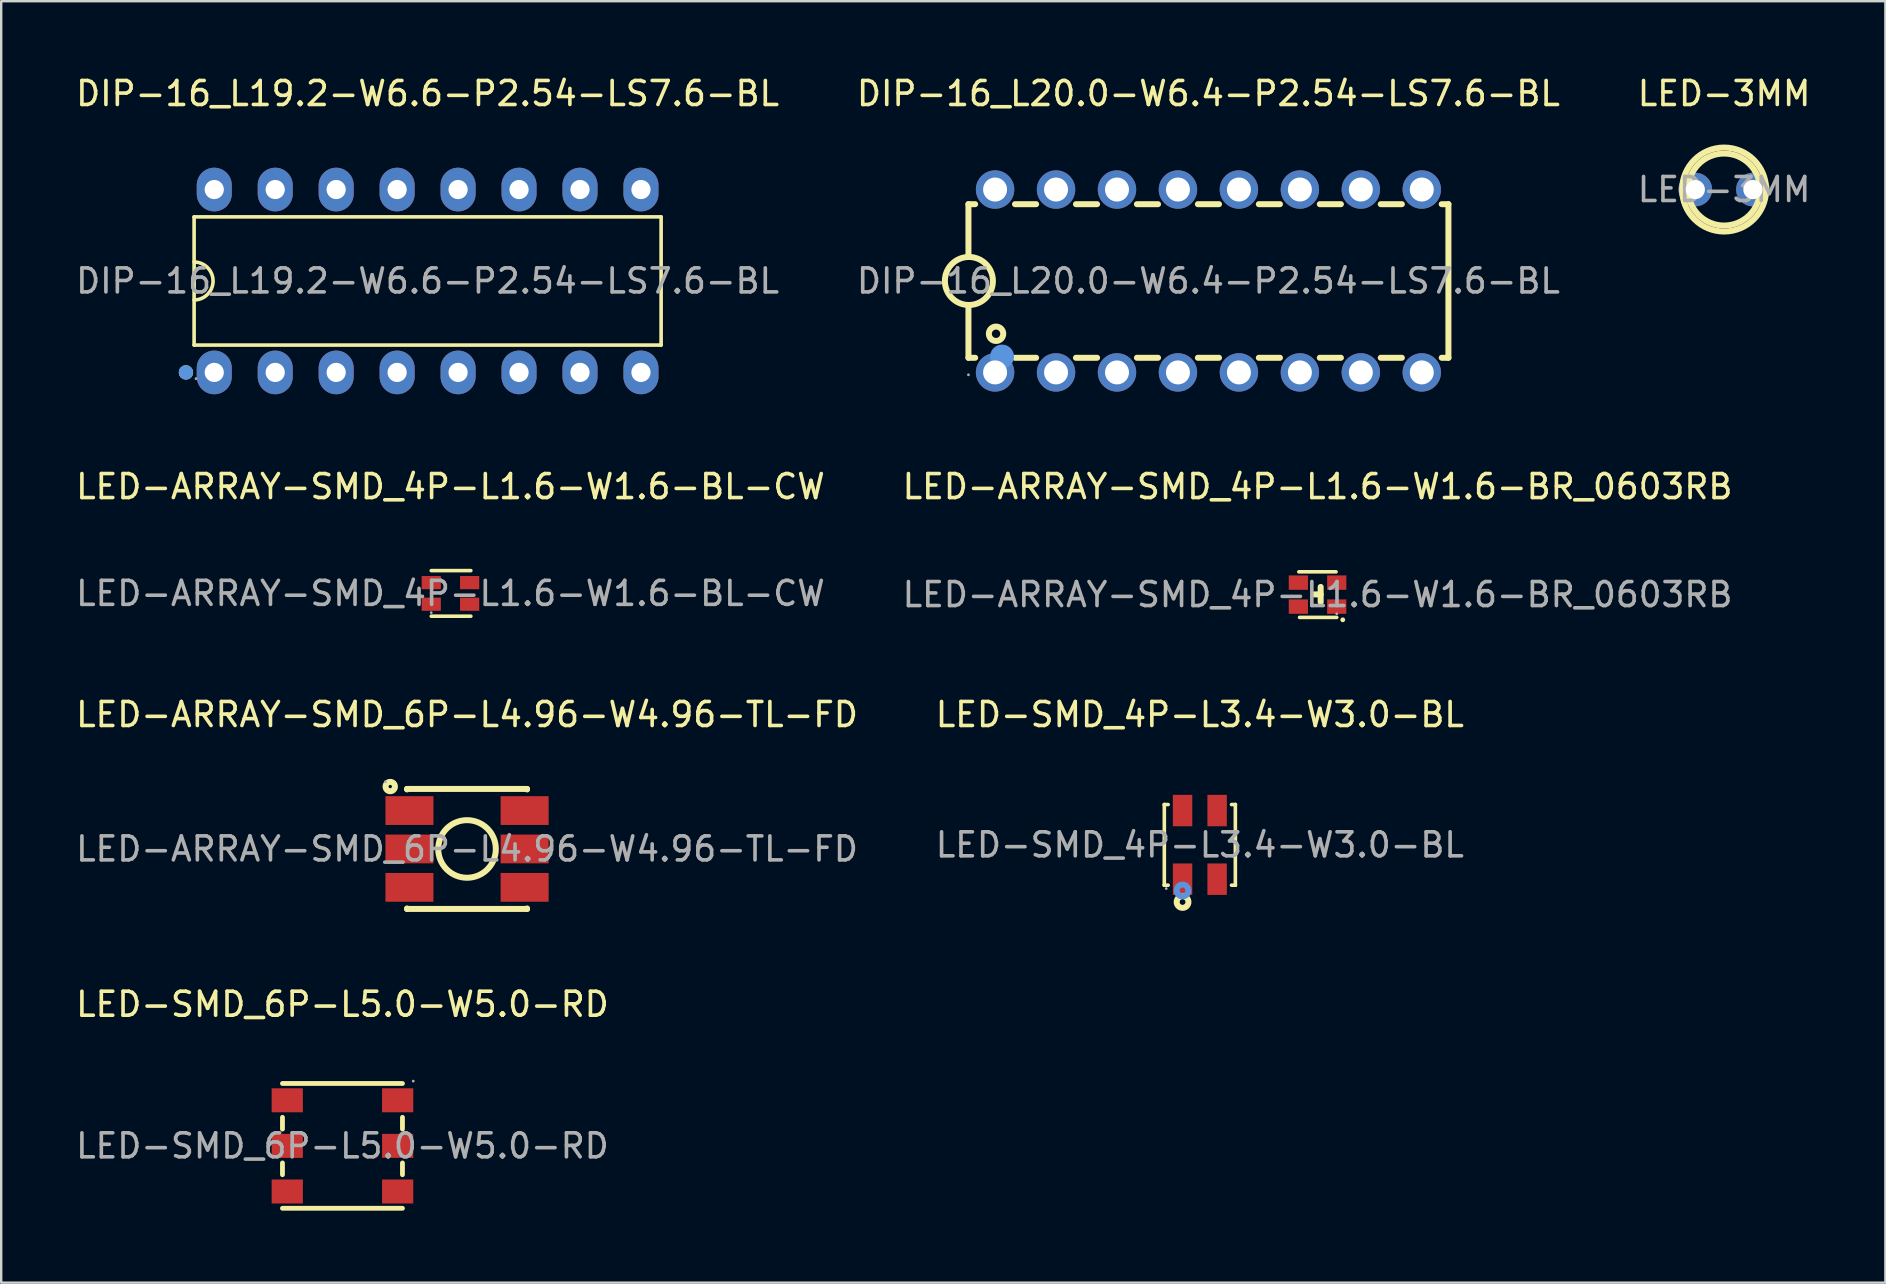
<source format=kicad_pcb>
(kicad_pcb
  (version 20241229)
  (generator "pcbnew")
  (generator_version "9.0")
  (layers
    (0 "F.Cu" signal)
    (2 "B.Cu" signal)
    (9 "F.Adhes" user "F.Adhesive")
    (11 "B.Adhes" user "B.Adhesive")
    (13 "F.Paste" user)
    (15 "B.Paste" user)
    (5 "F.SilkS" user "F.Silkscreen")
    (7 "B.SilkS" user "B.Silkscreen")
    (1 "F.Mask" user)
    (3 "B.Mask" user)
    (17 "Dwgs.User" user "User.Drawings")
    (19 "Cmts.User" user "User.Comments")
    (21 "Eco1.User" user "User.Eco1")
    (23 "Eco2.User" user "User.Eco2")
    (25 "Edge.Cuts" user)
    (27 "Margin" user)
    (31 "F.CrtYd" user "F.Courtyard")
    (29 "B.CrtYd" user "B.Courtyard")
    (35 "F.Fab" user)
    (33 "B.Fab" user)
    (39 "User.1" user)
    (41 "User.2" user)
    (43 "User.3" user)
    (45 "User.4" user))
  (footprint "LED-ARRAY-SMD_4P-L1.6-W1.6-BR_0603RB"
    (layer "F.Cu")
    (at 51.851 21.727)
    (property "Reference" "LED-ARRAY-SMD_4P-L1.6-W1.6-BR_0603RB" (at 0 -4.5 0) (layer "F.SilkS") (effects (font (size 1 1) (thickness 0.15))))
    (attr through_hole)
    (fp_line (start -0.78 -0.95) (end 0.77 -0.95) (stroke (width 0.15) (type solid)) (layer "F.SilkS"))
    (fp_line (start -0.75 0.95) (end 0.8 0.95) (stroke (width 0.15) (type solid)) (layer "F.SilkS"))
    (fp_line (start 0.13 -0.32) (end 0.13 0.31) (stroke (width 0.25) (type solid)) (layer "F.SilkS"))
    (fp_line (start 0.13 -0.01) (end -0.13 -0.01) (stroke (width 0.25) (type solid)) (layer "F.SilkS"))
    (fp_circle (center 1.05 1.05) (end 1.1 1.05) (stroke (width 0.1) (type solid)) (fill no) (layer "F.SilkS"))
    (fp_circle (center 0.8 0.8) (end 0.83 0.8) (stroke (width 0.06) (type solid)) (fill no) (layer "F.Fab"))
    (fp_text user "${REFERENCE}" (at 0 0 0) (layer "F.Fab") (effects (font (size 1 1) (thickness 0.15))))
    (pad "1" smd rect (at 0.8 0.5) (size 0.8 0.6) (layers "F.Cu" "F.Mask" "F.Paste"))
    (pad "2" smd rect (at -0.8 0.5) (size 0.8 0.6) (layers "F.Cu" "F.Mask" "F.Paste"))
    (pad "3" smd rect (at 0.8 -0.5) (size 0.8 0.6) (layers "F.Cu" "F.Mask" "F.Paste"))
    (pad "4" smd rect (at -0.8 -0.5) (size 0.8 0.6) (layers "F.Cu" "F.Mask" "F.Paste")))
  (footprint "LED-SMD_4P-L3.4-W3.0-BL"
    (layer "F.Cu")
    (at 46.946 32.155)
    (property "Reference" "LED-SMD_4P-L3.4-W3.0-BL" (at 0 -5.43 0) (layer "F.SilkS") (effects (font (size 1 1) (thickness 0.15))))
    (attr through_hole)
    (fp_line (start -1.48 -1.68) (end -1.48 -1.68) (stroke (width 0.15) (type solid)) (layer "F.SilkS"))
    (fp_line (start -1.48 -1.68) (end -1.32 -1.68) (stroke (width 0.15) (type solid)) (layer "F.SilkS"))
    (fp_line (start -1.48 1.68) (end -1.48 -1.68) (stroke (width 0.15) (type solid)) (layer "F.SilkS"))
    (fp_line (start -1.48 1.68) (end -1.48 1.68) (stroke (width 0.15) (type solid)) (layer "F.SilkS"))
    (fp_line (start -1.32 1.68) (end -1.48 1.68) (stroke (width 0.15) (type solid)) (layer "F.SilkS"))
    (fp_line (start 1.32 1.68) (end 1.48 1.68) (stroke (width 0.15) (type solid)) (layer "F.SilkS"))
    (fp_line (start 1.48 -1.68) (end 1.32 -1.68) (stroke (width 0.15) (type solid)) (layer "F.SilkS"))
    (fp_line (start 1.48 -1.68) (end 1.48 -1.68) (stroke (width 0.15) (type solid)) (layer "F.SilkS"))
    (fp_line (start 1.48 1.68) (end 1.48 -1.68) (stroke (width 0.15) (type solid)) (layer "F.SilkS"))
    (fp_line (start 1.48 1.68) (end 1.48 1.68) (stroke (width 0.15) (type solid)) (layer "F.SilkS"))
    (fp_circle (center -0.72 2.38) (end -0.6 2.38) (stroke (width 0.25) (type solid)) (fill no) (layer "F.SilkS"))
    (fp_circle (center -0.72 1.9) (end -0.6 1.9) (stroke (width 0.25) (type solid)) (fill no) (layer "Cmts.User"))
    (fp_circle (center -1.4 1.82) (end -1.37 1.82) (stroke (width 0.06) (type solid)) (fill no) (layer "F.Fab"))
    (fp_text user "${REFERENCE}" (at 0 0 0) (layer "F.Fab") (effects (font (size 1 1) (thickness 0.15))))
    (pad "1" smd rect (at -0.72 1.43) (size 0.81 1.31) (layers "F.Cu" "F.Mask" "F.Paste"))
    (pad "2" smd rect (at 0.72 1.43) (size 0.81 1.31) (layers "F.Cu" "F.Mask" "F.Paste"))
    (pad "3" smd rect (at 0.72 -1.43) (size 0.81 1.31) (layers "F.Cu" "F.Mask" "F.Paste"))
    (pad "4" smd rect (at -0.72 -1.43) (size 0.81 1.31) (layers "F.Cu" "F.Mask" "F.Paste")))
  (footprint "LED-ARRAY-SMD_6P-L4.96-W4.96-TL-FD"
    (layer "F.Cu")
    (at 16.411 32.325)
    (property "Reference" "LED-ARRAY-SMD_6P-L4.96-W4.96-TL-FD" (at 0 -5.6 0) (layer "F.SilkS") (effects (font (size 1 1) (thickness 0.15))))
    (attr through_hole)
    (fp_line (start -2.5 -2.5) (end 2.5 -2.5) (stroke (width 0.25) (type solid)) (layer "F.SilkS"))
    (fp_line (start -2.5 -2.48) (end -2.5 -2.5) (stroke (width 0.25) (type solid)) (layer "F.SilkS"))
    (fp_line (start -2.5 2.5) (end -2.5 2.48) (stroke (width 0.25) (type solid)) (layer "F.SilkS"))
    (fp_line (start 2.5 -2.5) (end 2.5 -2.48) (stroke (width 0.25) (type solid)) (layer "F.SilkS"))
    (fp_line (start 2.5 2.48) (end 2.5 2.5) (stroke (width 0.25) (type solid)) (layer "F.SilkS"))
    (fp_line (start 2.5 2.5) (end -2.5 2.5) (stroke (width 0.25) (type solid)) (layer "F.SilkS"))
    (fp_circle (center -3.2 -2.6) (end -3.13 -2.6) (stroke (width 0.25) (type solid)) (fill no) (layer "F.SilkS"))
    (fp_circle (center 0 0) (end 1.2 0) (stroke (width 0.25) (type solid)) (fill no) (layer "F.SilkS"))
    (fp_circle (center -3.4 -2.8) (end -3.37 -2.8) (stroke (width 0.06) (type solid)) (fill no) (layer "F.Fab"))
    (fp_text user "${REFERENCE}" (at 0 0 0) (layer "F.Fab") (effects (font (size 1 1) (thickness 0.15))))
    (pad "1" smd rect (at -2.4 -1.6) (size 2 1.2) (layers "F.Cu" "F.Mask" "F.Paste"))
    (pad "2" smd rect (at -2.4 0) (size 2 1.2) (layers "F.Cu" "F.Mask" "F.Paste"))
    (pad "3" smd rect (at -2.4 1.6) (size 2 1.2) (layers "F.Cu" "F.Mask" "F.Paste"))
    (pad "4" smd rect (at 2.4 -1.6) (size 2 1.2) (layers "F.Cu" "F.Mask" "F.Paste"))
    (pad "5" smd rect (at 2.4 0) (size 2 1.2) (layers "F.Cu" "F.Mask" "F.Paste"))
    (pad "6" smd rect (at 2.4 1.6) (size 2 1.2) (layers "F.Cu" "F.Mask" "F.Paste")))
  (footprint "LED-ARRAY-SMD_4P-L1.6-W1.6-BL-CW"
    (layer "F.Cu")
    (at 15.72 21.677)
    (property "Reference" "LED-ARRAY-SMD_4P-L1.6-W1.6-BL-CW" (at 0 -4.45 0) (layer "F.SilkS") (effects (font (size 1 1) (thickness 0.15))))
    (attr through_hole)
    (fp_line (start -0.8 -0.95) (end 0.85 -0.95) (stroke (width 0.15) (type solid)) (layer "F.SilkS"))
    (fp_line (start 0.85 0.95) (end -0.8 0.95) (stroke (width 0.15) (type solid)) (layer "F.SilkS"))
    (fp_circle (center -0.8 0.8) (end -0.77 0.8) (stroke (width 0.06) (type solid)) (fill no) (layer "F.Fab"))
    (fp_text user "${REFERENCE}" (at 0 0 0) (layer "F.Fab") (effects (font (size 1 1) (thickness 0.15))))
    (pad "1" smd rect (at -0.8 0.45) (size 0.8 0.55) (layers "F.Cu" "F.Mask" "F.Paste"))
    (pad "2" smd rect (at -0.8 -0.45) (size 0.8 0.55) (layers "F.Cu" "F.Mask" "F.Paste"))
    (pad "3" smd rect (at 0.8 -0.45) (size 0.8 0.55) (layers "F.Cu" "F.Mask" "F.Paste"))
    (pad "4" smd rect (at 0.8 0.45) (size 0.8 0.55) (layers "F.Cu" "F.Mask" "F.Paste")))
  (footprint "DIP-16_L20.0-W6.4-P2.54-LS7.6-BL"
    (layer "F.Cu")
    (at 47.304 8.658)
    (property "Reference" "DIP-16_L20.0-W6.4-P2.54-LS7.6-BL" (at 0 -7.81 0) (layer "F.SilkS") (effects (font (size 1 1) (thickness 0.15))))
    (attr through_hole)
    (fp_line (start -10 -3.2) (end -9.72 -3.2) (stroke (width 0.25) (type solid)) (layer "F.SilkS"))
    (fp_line (start -10 -1) (end -10 -3.2) (stroke (width 0.25) (type solid)) (layer "F.SilkS"))
    (fp_line (start -10 3.2) (end -10 1) (stroke (width 0.25) (type solid)) (layer "F.SilkS"))
    (fp_line (start -10 3.2) (end -9.72 3.2) (stroke (width 0.25) (type solid)) (layer "F.SilkS"))
    (fp_line (start -8.06 -3.2) (end -7.18 -3.2) (stroke (width 0.25) (type solid)) (layer "F.SilkS"))
    (fp_line (start -8.06 3.2) (end -7.18 3.2) (stroke (width 0.25) (type solid)) (layer "F.SilkS"))
    (fp_line (start -5.52 -3.2) (end -4.64 -3.2) (stroke (width 0.25) (type solid)) (layer "F.SilkS"))
    (fp_line (start -5.52 3.2) (end -4.64 3.2) (stroke (width 0.25) (type solid)) (layer "F.SilkS"))
    (fp_line (start -2.98 -3.2) (end -2.1 -3.2) (stroke (width 0.25) (type solid)) (layer "F.SilkS"))
    (fp_line (start -2.98 3.2) (end -2.1 3.2) (stroke (width 0.25) (type solid)) (layer "F.SilkS"))
    (fp_line (start -0.44 -3.2) (end 0.44 -3.2) (stroke (width 0.25) (type solid)) (layer "F.SilkS"))
    (fp_line (start -0.44 3.2) (end 0.44 3.2) (stroke (width 0.25) (type solid)) (layer "F.SilkS"))
    (fp_line (start 2.1 -3.2) (end 2.98 -3.2) (stroke (width 0.25) (type solid)) (layer "F.SilkS"))
    (fp_line (start 2.1 3.2) (end 2.98 3.2) (stroke (width 0.25) (type solid)) (layer "F.SilkS"))
    (fp_line (start 4.64 -3.2) (end 5.52 -3.2) (stroke (width 0.25) (type solid)) (layer "F.SilkS"))
    (fp_line (start 4.64 3.2) (end 5.52 3.2) (stroke (width 0.25) (type solid)) (layer "F.SilkS"))
    (fp_line (start 7.18 -3.2) (end 8.06 -3.2) (stroke (width 0.25) (type solid)) (layer "F.SilkS"))
    (fp_line (start 7.18 3.2) (end 8.06 3.2) (stroke (width 0.25) (type solid)) (layer "F.SilkS"))
    (fp_line (start 9.72 -3.2) (end 10 -3.2) (stroke (width 0.25) (type solid)) (layer "F.SilkS"))
    (fp_line (start 9.72 3.2) (end 10 3.2) (stroke (width 0.25) (type solid)) (layer "F.SilkS"))
    (fp_line (start 10 3.2) (end 10 -3.2) (stroke (width 0.25) (type solid)) (layer "F.SilkS"))
    (fp_arc (start -9.967457 1.000371) (mid -10.001272 -1.000223) (end -9.95 1) (stroke (width 0.25) (type solid)) (layer "F.SilkS"))
    (fp_circle (center -8.85 2.2) (end -8.55 2.2) (stroke (width 0.25) (type solid)) (fill no) (layer "F.SilkS"))
    (fp_circle (center -8.6 3.15) (end -8.35 3.15) (stroke (width 0.5) (type solid)) (fill no) (layer "Cmts.User"))
    (fp_circle (center -10 3.91) (end -9.97 3.91) (stroke (width 0.06) (type solid)) (fill no) (layer "F.Fab"))
    (fp_text user "${REFERENCE}" (at 0 0 0) (layer "F.Fab") (effects (font (size 1 1) (thickness 0.15))))
    (pad "1" thru_hole circle (at -8.89 3.81 90) (size 1.6 1.6) (drill 1) (layers "*.Cu" "*.Paste" "*.Mask"))
    (pad "2" thru_hole circle (at -6.35 3.81 90) (size 1.6 1.6) (drill 1) (layers "*.Cu" "*.Paste" "*.Mask"))
    (pad "3" thru_hole circle (at -3.81 3.81 90) (size 1.6 1.6) (drill 1) (layers "*.Cu" "*.Paste" "*.Mask"))
    (pad "4" thru_hole circle (at -1.27 3.81 90) (size 1.6 1.6) (drill 1) (layers "*.Cu" "*.Paste" "*.Mask"))
    (pad "5" thru_hole circle (at 1.27 3.81 90) (size 1.6 1.6) (drill 1) (layers "*.Cu" "*.Paste" "*.Mask"))
    (pad "6" thru_hole circle (at 3.81 3.81 90) (size 1.6 1.6) (drill 1) (layers "*.Cu" "*.Paste" "*.Mask"))
    (pad "7" thru_hole circle (at 6.35 3.81 90) (size 1.6 1.6) (drill 1) (layers "*.Cu" "*.Paste" "*.Mask"))
    (pad "8" thru_hole circle (at 8.89 3.81 90) (size 1.6 1.6) (drill 1) (layers "*.Cu" "*.Paste" "*.Mask"))
    (pad "9" thru_hole circle (at 8.89 -3.81 90) (size 1.6 1.6) (drill 1) (layers "*.Cu" "*.Paste" "*.Mask"))
    (pad "10" thru_hole circle (at 6.35 -3.81 90) (size 1.6 1.6) (drill 1) (layers "*.Cu" "*.Paste" "*.Mask"))
    (pad "11" thru_hole circle (at 3.81 -3.81 90) (size 1.6 1.6) (drill 1) (layers "*.Cu" "*.Paste" "*.Mask"))
    (pad "12" thru_hole circle (at 1.27 -3.81 90) (size 1.6 1.6) (drill 1) (layers "*.Cu" "*.Paste" "*.Mask"))
    (pad "13" thru_hole circle (at -1.27 -3.81 90) (size 1.6 1.6) (drill 1) (layers "*.Cu" "*.Paste" "*.Mask"))
    (pad "14" thru_hole circle (at -3.81 -3.81 90) (size 1.6 1.6) (drill 1) (layers "*.Cu" "*.Paste" "*.Mask"))
    (pad "15" thru_hole circle (at -6.35 -3.81 90) (size 1.6 1.6) (drill 1) (layers "*.Cu" "*.Paste" "*.Mask"))
    (pad "16" thru_hole circle (at -8.89 -3.81 90) (size 1.6 1.6) (drill 1) (layers "*.Cu" "*.Paste" "*.Mask")))
  (footprint "DIP-16_L19.2-W6.6-P2.54-LS7.6-BL"
    (layer "F.Cu")
    (at 14.768 8.658)
    (property "Reference" "DIP-16_L19.2-W6.6-P2.54-LS7.6-BL" (at 0 -7.81 0) (layer "F.SilkS") (effects (font (size 1 1) (thickness 0.15))))
    (attr through_hole)
    (fp_line (start -9.73 -2.67) (end 9.73 -2.67) (stroke (width 0.15) (type solid)) (layer "F.SilkS"))
    (fp_line (start -9.73 2.67) (end -9.73 -2.67) (stroke (width 0.15) (type solid)) (layer "F.SilkS"))
    (fp_line (start 9.73 -2.67) (end 9.73 2.67) (stroke (width 0.15) (type solid)) (layer "F.SilkS"))
    (fp_line (start 9.73 2.67) (end -9.73 2.67) (stroke (width 0.15) (type solid)) (layer "F.SilkS"))
    (fp_arc (start -9.73 -0.79) (mid -8.94 0) (end -9.73 0.79) (stroke (width 0.15) (type solid)) (layer "F.SilkS"))
    (fp_circle (center -10.07 3.81) (end -9.92 3.81) (stroke (width 0.3) (type solid)) (fill no) (layer "F.SilkS"))
    (fp_circle (center -10.07 3.81) (end -9.92 3.81) (stroke (width 0.3) (type solid)) (fill no) (layer "Cmts.User"))
    (fp_circle (center -9.65 4.07) (end -9.62 4.07) (stroke (width 0.06) (type solid)) (fill no) (layer "F.Fab"))
    (fp_circle (center -8.89 -3.81) (end -8.76 -3.81) (stroke (width 0.26) (type solid)) (fill no) (layer "F.Fab"))
    (fp_circle (center -8.89 3.81) (end -8.76 3.81) (stroke (width 0.26) (type solid)) (fill no) (layer "F.Fab"))
    (fp_circle (center -6.35 -3.81) (end -6.22 -3.81) (stroke (width 0.26) (type solid)) (fill no) (layer "F.Fab"))
    (fp_circle (center -6.35 3.81) (end -6.22 3.81) (stroke (width 0.26) (type solid)) (fill no) (layer "F.Fab"))
    (fp_circle (center -3.81 -3.81) (end -3.68 -3.81) (stroke (width 0.26) (type solid)) (fill no) (layer "F.Fab"))
    (fp_circle (center -3.81 3.81) (end -3.68 3.81) (stroke (width 0.26) (type solid)) (fill no) (layer "F.Fab"))
    (fp_circle (center -1.27 -3.81) (end -1.14 -3.81) (stroke (width 0.26) (type solid)) (fill no) (layer "F.Fab"))
    (fp_circle (center -1.27 3.81) (end -1.14 3.81) (stroke (width 0.26) (type solid)) (fill no) (layer "F.Fab"))
    (fp_circle (center 1.27 -3.81) (end 1.4 -3.81) (stroke (width 0.26) (type solid)) (fill no) (layer "F.Fab"))
    (fp_circle (center 1.27 3.81) (end 1.4 3.81) (stroke (width 0.26) (type solid)) (fill no) (layer "F.Fab"))
    (fp_circle (center 3.81 -3.81) (end 3.94 -3.81) (stroke (width 0.26) (type solid)) (fill no) (layer "F.Fab"))
    (fp_circle (center 3.81 3.81) (end 3.94 3.81) (stroke (width 0.26) (type solid)) (fill no) (layer "F.Fab"))
    (fp_circle (center 6.35 -3.81) (end 6.48 -3.81) (stroke (width 0.26) (type solid)) (fill no) (layer "F.Fab"))
    (fp_circle (center 6.35 3.81) (end 6.48 3.81) (stroke (width 0.26) (type solid)) (fill no) (layer "F.Fab"))
    (fp_circle (center 8.89 -3.81) (end 9.02 -3.81) (stroke (width 0.26) (type solid)) (fill no) (layer "F.Fab"))
    (fp_circle (center 8.89 3.81) (end 9.02 3.81) (stroke (width 0.26) (type solid)) (fill no) (layer "F.Fab"))
    (fp_text user "${REFERENCE}" (at 0 0 0) (layer "F.Fab") (effects (font (size 1 1) (thickness 0.15))))
    (pad "1" thru_hole oval (at -8.89 3.81) (size 1.46 1.82) (drill 0.8) (layers "*.Cu" "*.Paste" "*.Mask"))
    (pad "2" thru_hole oval (at -6.35 3.81) (size 1.46 1.82) (drill 0.8) (layers "*.Cu" "*.Paste" "*.Mask"))
    (pad "3" thru_hole oval (at -3.81 3.81) (size 1.46 1.82) (drill 0.8) (layers "*.Cu" "*.Paste" "*.Mask"))
    (pad "4" thru_hole oval (at -1.27 3.81) (size 1.46 1.82) (drill 0.8) (layers "*.Cu" "*.Paste" "*.Mask"))
    (pad "5" thru_hole oval (at 1.27 3.81) (size 1.46 1.82) (drill 0.8) (layers "*.Cu" "*.Paste" "*.Mask"))
    (pad "6" thru_hole oval (at 3.81 3.81) (size 1.46 1.82) (drill 0.8) (layers "*.Cu" "*.Paste" "*.Mask"))
    (pad "7" thru_hole oval (at 6.35 3.81) (size 1.46 1.82) (drill 0.8) (layers "*.Cu" "*.Paste" "*.Mask"))
    (pad "8" thru_hole oval (at 8.89 3.81) (size 1.46 1.82) (drill 0.8) (layers "*.Cu" "*.Paste" "*.Mask"))
    (pad "9" thru_hole oval (at 8.89 -3.81) (size 1.46 1.82) (drill 0.8) (layers "*.Cu" "*.Paste" "*.Mask"))
    (pad "10" thru_hole oval (at 6.35 -3.81) (size 1.46 1.82) (drill 0.8) (layers "*.Cu" "*.Paste" "*.Mask"))
    (pad "11" thru_hole oval (at 3.81 -3.81) (size 1.46 1.82) (drill 0.8) (layers "*.Cu" "*.Paste" "*.Mask"))
    (pad "12" thru_hole oval (at 1.27 -3.81) (size 1.46 1.82) (drill 0.8) (layers "*.Cu" "*.Paste" "*.Mask"))
    (pad "13" thru_hole oval (at -1.27 -3.81) (size 1.46 1.82) (drill 0.8) (layers "*.Cu" "*.Paste" "*.Mask"))
    (pad "14" thru_hole oval (at -3.81 -3.81) (size 1.46 1.82) (drill 0.8) (layers "*.Cu" "*.Paste" "*.Mask"))
    (pad "15" thru_hole oval (at -6.35 -3.81) (size 1.46 1.82) (drill 0.8) (layers "*.Cu" "*.Paste" "*.Mask"))
    (pad "16" thru_hole oval (at -8.89 -3.81) (size 1.46 1.82) (drill 0.8) (layers "*.Cu" "*.Paste" "*.Mask")))
  (footprint "LED-SMD_6P-L5.0-W5.0-RD"
    (layer "F.Cu")
    (at 11.22 44.698)
    (property "Reference" "LED-SMD_6P-L5.0-W5.0-RD" (at 0 -5.9 0) (layer "F.SilkS") (effects (font (size 1 1) (thickness 0.15))))
    (attr through_hole)
    (fp_line (start -2.5 -2.6) (end 2.5 -2.6) (stroke (width 0.2) (type solid)) (layer "F.SilkS"))
    (fp_line (start -2.5 -1.19) (end -2.5 -0.7) (stroke (width 0.2) (type solid)) (layer "F.SilkS"))
    (fp_line (start -2.5 0.71) (end -2.5 1.2) (stroke (width 0.2) (type solid)) (layer "F.SilkS"))
    (fp_line (start -2.5 2.6) (end 2.5 2.6) (stroke (width 0.2) (type solid)) (layer "F.SilkS"))
    (fp_line (start 2.5 -1.19) (end 2.5 -0.7) (stroke (width 0.2) (type solid)) (layer "F.SilkS"))
    (fp_line (start 2.5 0.71) (end 2.5 1.2) (stroke (width 0.2) (type solid)) (layer "F.SilkS"))
    (fp_circle (center 2.95 -2.7) (end 2.98 -2.7) (stroke (width 0.06) (type solid)) (fill no) (layer "F.Fab"))
    (fp_text user "${REFERENCE}" (at 0 0 0) (layer "F.Fab") (effects (font (size 1 1) (thickness 0.15))))
    (pad "1" smd rect (at 2.3 -1.9) (size 1.3 1) (layers "F.Cu" "F.Mask" "F.Paste"))
    (pad "2" smd rect (at -2.3 -1.9) (size 1.3 1) (layers "F.Cu" "F.Mask" "F.Paste"))
    (pad "3" smd rect (at 2.3 0) (size 1.3 1) (layers "F.Cu" "F.Mask" "F.Paste"))
    (pad "4" smd rect (at -2.3 0) (size 1.3 1) (layers "F.Cu" "F.Mask" "F.Paste"))
    (pad "5" smd rect (at 2.3 1.9) (size 1.3 1) (layers "F.Cu" "F.Mask" "F.Paste"))
    (pad "6" smd rect (at -2.3 1.9) (size 1.3 1) (layers "F.Cu" "F.Mask" "F.Paste")))
  (footprint "LED-3MM"
    (layer "F.Cu")
    (at 68.792 4.848)
    (property "Reference" "LED-3MM" (at 0 -4 0) (layer "F.SilkS") (effects (font (size 1 1) (thickness 0.15))))
    (attr through_hole)
    (fp_circle (center 0 0) (end 1.5 0) (stroke (width 0.25) (type solid)) (fill no) (layer "F.SilkS"))
    (fp_circle (center 0 0) (end 1.75 0) (stroke (width 0.25) (type solid)) (fill no) (layer "F.SilkS"))
    (fp_text user "${REFERENCE}" (at 0 0 0) (layer "F.Fab") (effects (font (size 1 1) (thickness 0.15))))
    (pad "1" thru_hole circle (at -1.2 0) (size 1.4 1.4) (drill 0.8) (layers "*.Cu" "*.Paste" "*.Mask"))
    (pad "2" thru_hole circle (at 1.2 0) (size 1.4 1.4) (drill 0.8) (layers "*.Cu" "*.Paste" "*.Mask")))
  (gr_rect
    (start -3 -3)
    (end 75.512 50.398)
    (stroke (width 0.1) (type default))
    (fill no)
    (layer "Edge.Cuts")))
</source>
